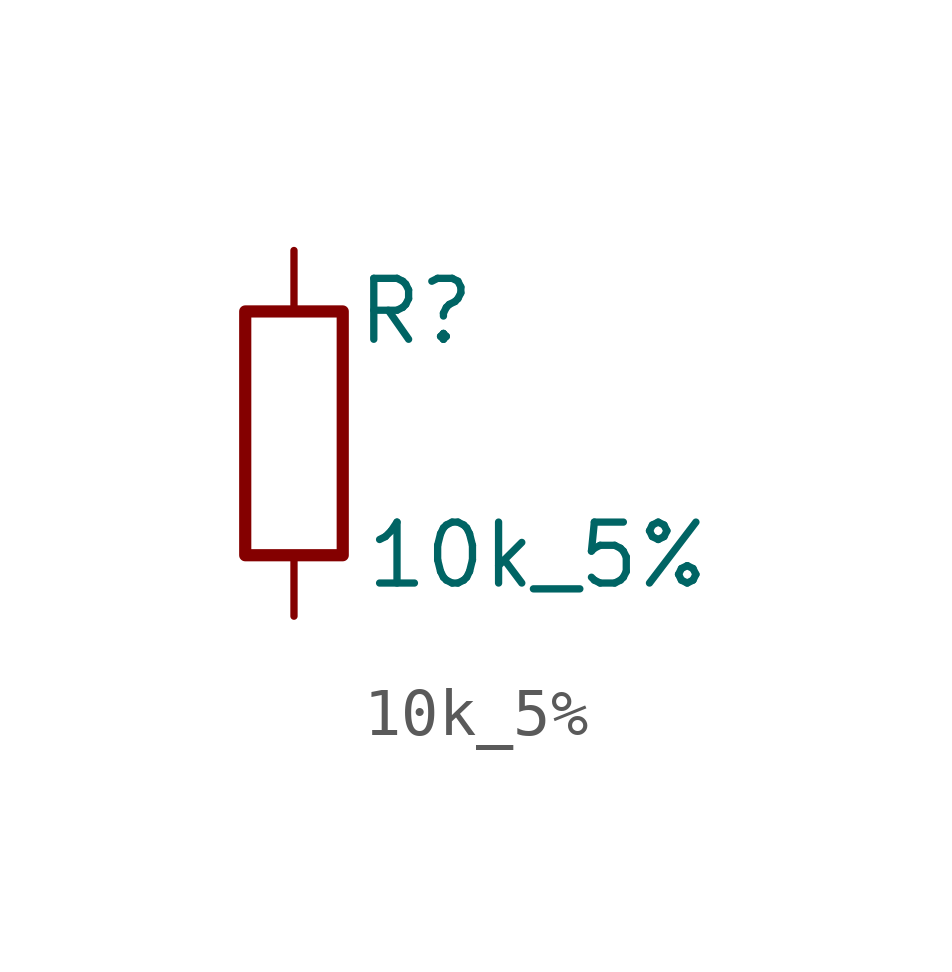
<source format=kicad_sym>
(kicad_symbol_lib
  (version 20211014)
  (generator kicad_symbol_editor)
  (symbol "10k_5%"
    (pin_numbers hide)
    (pin_names
      (offset 0))
    (property "Reference" "R"
      (at 2.54 2.54 0)
      (effects (font (size 1.27 1.27))))
    (property "Value" "10k_5%"
      (at 5.08 -2.54 0)
      (effects (font (size 1.27 1.27))))
    (symbol "10k_5%_0_1"
      (rectangle (start -1.016 -2.54) (end 1.016 2.54) (stroke (width 0.254) (type default) (color 0 0 0 0)) (fill (type none))))
    (symbol "10k_5%_1_1"
      (pin passive line (at 0 3.81 270) (length 1.27) (name "~" (effects (font (size 1.27 1.27)))) (number "1" (effects (font (size 1.27 1.27)))))
      (pin passive line (at 0 -3.81 90) (length 1.27) (name "~" (effects (font (size 1.27 1.27)))) (number "2" (effects (font (size 1.27 1.27))))))))
</source>
